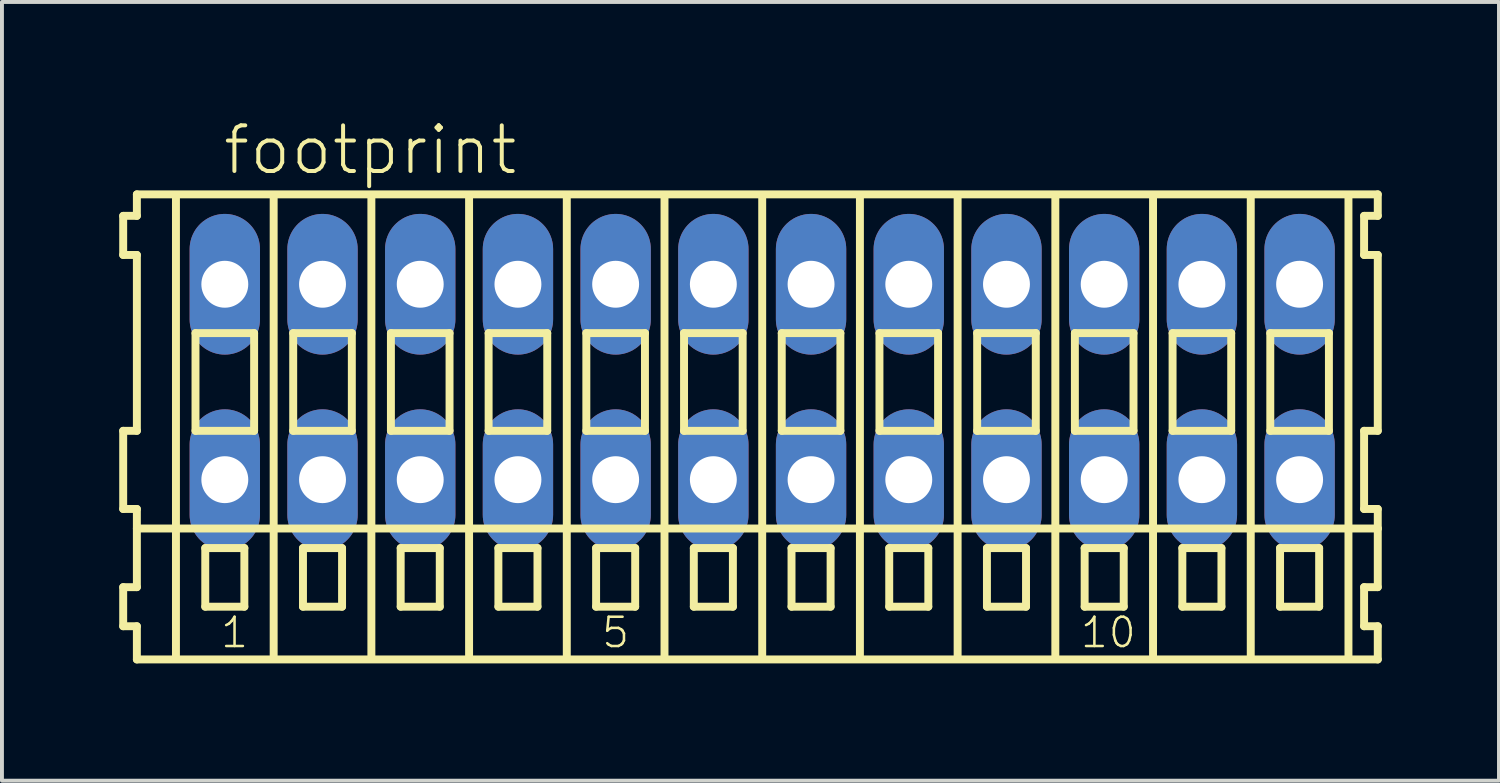
<source format=kicad_pcb>
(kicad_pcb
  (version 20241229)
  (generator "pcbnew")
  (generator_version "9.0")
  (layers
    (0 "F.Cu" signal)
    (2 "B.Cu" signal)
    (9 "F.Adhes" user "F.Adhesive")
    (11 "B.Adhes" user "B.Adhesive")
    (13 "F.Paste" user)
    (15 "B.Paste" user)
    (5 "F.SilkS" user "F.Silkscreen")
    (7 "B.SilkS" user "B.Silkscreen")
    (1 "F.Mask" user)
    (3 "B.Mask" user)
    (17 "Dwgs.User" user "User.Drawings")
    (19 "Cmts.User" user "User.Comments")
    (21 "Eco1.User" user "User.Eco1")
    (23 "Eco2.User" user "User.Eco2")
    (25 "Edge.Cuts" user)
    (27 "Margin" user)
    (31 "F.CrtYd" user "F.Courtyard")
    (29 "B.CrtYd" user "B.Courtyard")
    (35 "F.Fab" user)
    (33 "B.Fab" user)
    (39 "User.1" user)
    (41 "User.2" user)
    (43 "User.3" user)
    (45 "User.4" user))
  (footprint "footprint"
    (layer "F.Cu")
    (at 16.452 6.723)
    (property "Reference" "footprint" (at -13.85 -5.25 0) (layer "F.SilkS") (effects (font (size 1.168 1.168) (thickness 0.102)) (justify left bottom)))
    (fp_line (start -16.35 -4.25) (end -16.35 -3.25) (stroke (width 0.203) (type solid)) (layer "F.SilkS"))
    (fp_line (start -16.35 -3.25) (end -16 -3.25) (stroke (width 0.203) (type solid)) (layer "F.SilkS"))
    (fp_line (start -16.35 1.25) (end -16.35 3.25) (stroke (width 0.203) (type solid)) (layer "F.SilkS"))
    (fp_line (start -16.35 3.25) (end -16 3.25) (stroke (width 0.203) (type solid)) (layer "F.SilkS"))
    (fp_line (start -16.35 5.25) (end -16.35 6.25) (stroke (width 0.203) (type solid)) (layer "F.SilkS"))
    (fp_line (start -16.35 6.25) (end -16 6.25) (stroke (width 0.203) (type solid)) (layer "F.SilkS"))
    (fp_line (start -16 -4.8) (end -16 -4.25) (stroke (width 0.203) (type solid)) (layer "F.SilkS"))
    (fp_line (start -16 -4.25) (end -16.35 -4.25) (stroke (width 0.203) (type solid)) (layer "F.SilkS"))
    (fp_line (start -16 -3.25) (end -16 1.25) (stroke (width 0.203) (type solid)) (layer "F.SilkS"))
    (fp_line (start -16 1.25) (end -16.35 1.25) (stroke (width 0.203) (type solid)) (layer "F.SilkS"))
    (fp_line (start -16 3.25) (end -16 5.25) (stroke (width 0.203) (type solid)) (layer "F.SilkS"))
    (fp_line (start -16 3.75) (end 15.75 3.75) (stroke (width 0.203) (type solid)) (layer "F.SilkS"))
    (fp_line (start -16 5.25) (end -16.35 5.25) (stroke (width 0.203) (type solid)) (layer "F.SilkS"))
    (fp_line (start -16 6.25) (end -16 7.1) (stroke (width 0.203) (type solid)) (layer "F.SilkS"))
    (fp_line (start -16 7.1) (end 15.75 7.1) (stroke (width 0.203) (type solid)) (layer "F.SilkS"))
    (fp_line (start -15 -4.75) (end -15 7) (stroke (width 0.203) (type solid)) (layer "F.SilkS"))
    (fp_line (start -14.5 -1.25) (end -14.5 1.25) (stroke (width 0.203) (type solid)) (layer "F.SilkS"))
    (fp_line (start -14.5 1.25) (end -13 1.25) (stroke (width 0.203) (type solid)) (layer "F.SilkS"))
    (fp_line (start -14.25 4.25) (end -14.25 5.75) (stroke (width 0.203) (type solid)) (layer "F.SilkS"))
    (fp_line (start -14.25 5.75) (end -13.25 5.75) (stroke (width 0.203) (type solid)) (layer "F.SilkS"))
    (fp_line (start -13.25 4.25) (end -14.25 4.25) (stroke (width 0.203) (type solid)) (layer "F.SilkS"))
    (fp_line (start -13.25 5.75) (end -13.25 4.25) (stroke (width 0.203) (type solid)) (layer "F.SilkS"))
    (fp_line (start -13 -1.25) (end -14.5 -1.25) (stroke (width 0.203) (type solid)) (layer "F.SilkS"))
    (fp_line (start -13 1.25) (end -13 -1.25) (stroke (width 0.203) (type solid)) (layer "F.SilkS"))
    (fp_line (start -12.5 -4.75) (end -12.5 7) (stroke (width 0.203) (type solid)) (layer "F.SilkS"))
    (fp_line (start -12 -1.25) (end -12 1.25) (stroke (width 0.203) (type solid)) (layer "F.SilkS"))
    (fp_line (start -12 1.25) (end -10.5 1.25) (stroke (width 0.203) (type solid)) (layer "F.SilkS"))
    (fp_line (start -11.75 4.25) (end -11.75 5.75) (stroke (width 0.203) (type solid)) (layer "F.SilkS"))
    (fp_line (start -11.75 5.75) (end -10.75 5.75) (stroke (width 0.203) (type solid)) (layer "F.SilkS"))
    (fp_line (start -10.75 4.25) (end -11.75 4.25) (stroke (width 0.203) (type solid)) (layer "F.SilkS"))
    (fp_line (start -10.75 5.75) (end -10.75 4.25) (stroke (width 0.203) (type solid)) (layer "F.SilkS"))
    (fp_line (start -10.5 -1.25) (end -12 -1.25) (stroke (width 0.203) (type solid)) (layer "F.SilkS"))
    (fp_line (start -10.5 1.25) (end -10.5 -1.25) (stroke (width 0.203) (type solid)) (layer "F.SilkS"))
    (fp_line (start -10 -4.75) (end -10 7) (stroke (width 0.203) (type solid)) (layer "F.SilkS"))
    (fp_line (start -9.5 -1.25) (end -9.5 1.25) (stroke (width 0.203) (type solid)) (layer "F.SilkS"))
    (fp_line (start -9.5 1.25) (end -8 1.25) (stroke (width 0.203) (type solid)) (layer "F.SilkS"))
    (fp_line (start -9.25 4.25) (end -9.25 5.75) (stroke (width 0.203) (type solid)) (layer "F.SilkS"))
    (fp_line (start -9.25 5.75) (end -8.25 5.75) (stroke (width 0.203) (type solid)) (layer "F.SilkS"))
    (fp_line (start -8.25 4.25) (end -9.25 4.25) (stroke (width 0.203) (type solid)) (layer "F.SilkS"))
    (fp_line (start -8.25 5.75) (end -8.25 4.25) (stroke (width 0.203) (type solid)) (layer "F.SilkS"))
    (fp_line (start -8 -1.25) (end -9.5 -1.25) (stroke (width 0.203) (type solid)) (layer "F.SilkS"))
    (fp_line (start -8 1.25) (end -8 -1.25) (stroke (width 0.203) (type solid)) (layer "F.SilkS"))
    (fp_line (start -7.5 -4.75) (end -7.5 7) (stroke (width 0.203) (type solid)) (layer "F.SilkS"))
    (fp_line (start -7 -1.25) (end -7 1.25) (stroke (width 0.203) (type solid)) (layer "F.SilkS"))
    (fp_line (start -7 1.25) (end -5.5 1.25) (stroke (width 0.203) (type solid)) (layer "F.SilkS"))
    (fp_line (start -6.75 4.25) (end -6.75 5.75) (stroke (width 0.203) (type solid)) (layer "F.SilkS"))
    (fp_line (start -6.75 5.75) (end -5.75 5.75) (stroke (width 0.203) (type solid)) (layer "F.SilkS"))
    (fp_line (start -5.75 4.25) (end -6.75 4.25) (stroke (width 0.203) (type solid)) (layer "F.SilkS"))
    (fp_line (start -5.75 5.75) (end -5.75 4.25) (stroke (width 0.203) (type solid)) (layer "F.SilkS"))
    (fp_line (start -5.5 -1.25) (end -7 -1.25) (stroke (width 0.203) (type solid)) (layer "F.SilkS"))
    (fp_line (start -5.5 1.25) (end -5.5 -1.25) (stroke (width 0.203) (type solid)) (layer "F.SilkS"))
    (fp_line (start -5 -4.75) (end -5 7) (stroke (width 0.203) (type solid)) (layer "F.SilkS"))
    (fp_line (start -4.5 -1.25) (end -4.5 1.25) (stroke (width 0.203) (type solid)) (layer "F.SilkS"))
    (fp_line (start -4.5 1.25) (end -3 1.25) (stroke (width 0.203) (type solid)) (layer "F.SilkS"))
    (fp_line (start -4.25 4.25) (end -4.25 5.75) (stroke (width 0.203) (type solid)) (layer "F.SilkS"))
    (fp_line (start -4.25 5.75) (end -3.25 5.75) (stroke (width 0.203) (type solid)) (layer "F.SilkS"))
    (fp_line (start -3.25 4.25) (end -4.25 4.25) (stroke (width 0.203) (type solid)) (layer "F.SilkS"))
    (fp_line (start -3.25 5.75) (end -3.25 4.25) (stroke (width 0.203) (type solid)) (layer "F.SilkS"))
    (fp_line (start -3 -1.25) (end -4.5 -1.25) (stroke (width 0.203) (type solid)) (layer "F.SilkS"))
    (fp_line (start -3 1.25) (end -3 -1.25) (stroke (width 0.203) (type solid)) (layer "F.SilkS"))
    (fp_line (start -2.5 -4.75) (end -2.5 7) (stroke (width 0.203) (type solid)) (layer "F.SilkS"))
    (fp_line (start -2 -1.25) (end -2 1.25) (stroke (width 0.203) (type solid)) (layer "F.SilkS"))
    (fp_line (start -2 1.25) (end -0.5 1.25) (stroke (width 0.203) (type solid)) (layer "F.SilkS"))
    (fp_line (start -1.75 4.25) (end -1.75 5.75) (stroke (width 0.203) (type solid)) (layer "F.SilkS"))
    (fp_line (start -1.75 5.75) (end -0.75 5.75) (stroke (width 0.203) (type solid)) (layer "F.SilkS"))
    (fp_line (start -0.75 4.25) (end -1.75 4.25) (stroke (width 0.203) (type solid)) (layer "F.SilkS"))
    (fp_line (start -0.75 5.75) (end -0.75 4.25) (stroke (width 0.203) (type solid)) (layer "F.SilkS"))
    (fp_line (start -0.5 -1.25) (end -2 -1.25) (stroke (width 0.203) (type solid)) (layer "F.SilkS"))
    (fp_line (start -0.5 1.25) (end -0.5 -1.25) (stroke (width 0.203) (type solid)) (layer "F.SilkS"))
    (fp_line (start 0 -4.75) (end 0 7) (stroke (width 0.203) (type solid)) (layer "F.SilkS"))
    (fp_line (start 0.5 -1.25) (end 0.5 1.25) (stroke (width 0.203) (type solid)) (layer "F.SilkS"))
    (fp_line (start 0.5 1.25) (end 2 1.25) (stroke (width 0.203) (type solid)) (layer "F.SilkS"))
    (fp_line (start 0.75 4.25) (end 0.75 5.75) (stroke (width 0.203) (type solid)) (layer "F.SilkS"))
    (fp_line (start 0.75 5.75) (end 1.75 5.75) (stroke (width 0.203) (type solid)) (layer "F.SilkS"))
    (fp_line (start 1.75 4.25) (end 0.75 4.25) (stroke (width 0.203) (type solid)) (layer "F.SilkS"))
    (fp_line (start 1.75 5.75) (end 1.75 4.25) (stroke (width 0.203) (type solid)) (layer "F.SilkS"))
    (fp_line (start 2 -1.25) (end 0.5 -1.25) (stroke (width 0.203) (type solid)) (layer "F.SilkS"))
    (fp_line (start 2 1.25) (end 2 -1.25) (stroke (width 0.203) (type solid)) (layer "F.SilkS"))
    (fp_line (start 2.5 -4.75) (end 2.5 7) (stroke (width 0.203) (type solid)) (layer "F.SilkS"))
    (fp_line (start 3 -1.25) (end 3 1.25) (stroke (width 0.203) (type solid)) (layer "F.SilkS"))
    (fp_line (start 3 1.25) (end 4.5 1.25) (stroke (width 0.203) (type solid)) (layer "F.SilkS"))
    (fp_line (start 3.25 4.25) (end 3.25 5.75) (stroke (width 0.203) (type solid)) (layer "F.SilkS"))
    (fp_line (start 3.25 5.75) (end 4.25 5.75) (stroke (width 0.203) (type solid)) (layer "F.SilkS"))
    (fp_line (start 4.25 4.25) (end 3.25 4.25) (stroke (width 0.203) (type solid)) (layer "F.SilkS"))
    (fp_line (start 4.25 5.75) (end 4.25 4.25) (stroke (width 0.203) (type solid)) (layer "F.SilkS"))
    (fp_line (start 4.5 -1.25) (end 3 -1.25) (stroke (width 0.203) (type solid)) (layer "F.SilkS"))
    (fp_line (start 4.5 1.25) (end 4.5 -1.25) (stroke (width 0.203) (type solid)) (layer "F.SilkS"))
    (fp_line (start 5 -4.75) (end 5 7) (stroke (width 0.203) (type solid)) (layer "F.SilkS"))
    (fp_line (start 5.5 -1.25) (end 5.5 1.25) (stroke (width 0.203) (type solid)) (layer "F.SilkS"))
    (fp_line (start 5.5 1.25) (end 7 1.25) (stroke (width 0.203) (type solid)) (layer "F.SilkS"))
    (fp_line (start 5.75 4.25) (end 5.75 5.75) (stroke (width 0.203) (type solid)) (layer "F.SilkS"))
    (fp_line (start 5.75 5.75) (end 6.75 5.75) (stroke (width 0.203) (type solid)) (layer "F.SilkS"))
    (fp_line (start 6.75 4.25) (end 5.75 4.25) (stroke (width 0.203) (type solid)) (layer "F.SilkS"))
    (fp_line (start 6.75 5.75) (end 6.75 4.25) (stroke (width 0.203) (type solid)) (layer "F.SilkS"))
    (fp_line (start 7 -1.25) (end 5.5 -1.25) (stroke (width 0.203) (type solid)) (layer "F.SilkS"))
    (fp_line (start 7 1.25) (end 7 -1.25) (stroke (width 0.203) (type solid)) (layer "F.SilkS"))
    (fp_line (start 7.5 -4.75) (end 7.5 7) (stroke (width 0.203) (type solid)) (layer "F.SilkS"))
    (fp_line (start 8 -1.25) (end 8 1.25) (stroke (width 0.203) (type solid)) (layer "F.SilkS"))
    (fp_line (start 8 1.25) (end 9.5 1.25) (stroke (width 0.203) (type solid)) (layer "F.SilkS"))
    (fp_line (start 8.25 4.25) (end 8.25 5.75) (stroke (width 0.203) (type solid)) (layer "F.SilkS"))
    (fp_line (start 8.25 5.75) (end 9.25 5.75) (stroke (width 0.203) (type solid)) (layer "F.SilkS"))
    (fp_line (start 9.25 4.25) (end 8.25 4.25) (stroke (width 0.203) (type solid)) (layer "F.SilkS"))
    (fp_line (start 9.25 5.75) (end 9.25 4.25) (stroke (width 0.203) (type solid)) (layer "F.SilkS"))
    (fp_line (start 9.5 -1.25) (end 8 -1.25) (stroke (width 0.203) (type solid)) (layer "F.SilkS"))
    (fp_line (start 9.5 1.25) (end 9.5 -1.25) (stroke (width 0.203) (type solid)) (layer "F.SilkS"))
    (fp_line (start 10 -4.75) (end 10 7) (stroke (width 0.203) (type solid)) (layer "F.SilkS"))
    (fp_line (start 10.5 -1.25) (end 10.5 1.25) (stroke (width 0.203) (type solid)) (layer "F.SilkS"))
    (fp_line (start 10.5 1.25) (end 12 1.25) (stroke (width 0.203) (type solid)) (layer "F.SilkS"))
    (fp_line (start 10.75 4.25) (end 10.75 5.75) (stroke (width 0.203) (type solid)) (layer "F.SilkS"))
    (fp_line (start 10.75 5.75) (end 11.75 5.75) (stroke (width 0.203) (type solid)) (layer "F.SilkS"))
    (fp_line (start 11.75 4.25) (end 10.75 4.25) (stroke (width 0.203) (type solid)) (layer "F.SilkS"))
    (fp_line (start 11.75 5.75) (end 11.75 4.25) (stroke (width 0.203) (type solid)) (layer "F.SilkS"))
    (fp_line (start 12 -1.25) (end 10.5 -1.25) (stroke (width 0.203) (type solid)) (layer "F.SilkS"))
    (fp_line (start 12 1.25) (end 12 -1.25) (stroke (width 0.203) (type solid)) (layer "F.SilkS"))
    (fp_line (start 12.5 -4.75) (end 12.5 7) (stroke (width 0.203) (type solid)) (layer "F.SilkS"))
    (fp_line (start 13 -1.25) (end 13 1.25) (stroke (width 0.203) (type solid)) (layer "F.SilkS"))
    (fp_line (start 13 1.25) (end 14.5 1.25) (stroke (width 0.203) (type solid)) (layer "F.SilkS"))
    (fp_line (start 13.25 4.25) (end 13.25 5.75) (stroke (width 0.203) (type solid)) (layer "F.SilkS"))
    (fp_line (start 13.25 5.75) (end 14.25 5.75) (stroke (width 0.203) (type solid)) (layer "F.SilkS"))
    (fp_line (start 14.25 4.25) (end 13.25 4.25) (stroke (width 0.203) (type solid)) (layer "F.SilkS"))
    (fp_line (start 14.25 5.75) (end 14.25 4.25) (stroke (width 0.203) (type solid)) (layer "F.SilkS"))
    (fp_line (start 14.5 -1.25) (end 13 -1.25) (stroke (width 0.203) (type solid)) (layer "F.SilkS"))
    (fp_line (start 14.5 1.25) (end 14.5 -1.25) (stroke (width 0.203) (type solid)) (layer "F.SilkS"))
    (fp_line (start 15 -4.75) (end 15 7) (stroke (width 0.203) (type solid)) (layer "F.SilkS"))
    (fp_line (start 15.4 -4.25) (end 15.4 -3.25) (stroke (width 0.203) (type solid)) (layer "F.SilkS"))
    (fp_line (start 15.4 -3.25) (end 15.75 -3.25) (stroke (width 0.203) (type solid)) (layer "F.SilkS"))
    (fp_line (start 15.4 1.25) (end 15.4 3.25) (stroke (width 0.203) (type solid)) (layer "F.SilkS"))
    (fp_line (start 15.4 3.25) (end 15.75 3.25) (stroke (width 0.203) (type solid)) (layer "F.SilkS"))
    (fp_line (start 15.4 5.25) (end 15.4 6.25) (stroke (width 0.203) (type solid)) (layer "F.SilkS"))
    (fp_line (start 15.4 6.25) (end 15.75 6.25) (stroke (width 0.203) (type solid)) (layer "F.SilkS"))
    (fp_line (start 15.75 -4.8) (end -16 -4.8) (stroke (width 0.203) (type solid)) (layer "F.SilkS"))
    (fp_line (start 15.75 -4.25) (end 15.4 -4.25) (stroke (width 0.203) (type solid)) (layer "F.SilkS"))
    (fp_line (start 15.75 -4.25) (end 15.75 -4.8) (stroke (width 0.203) (type solid)) (layer "F.SilkS"))
    (fp_line (start 15.75 1.25) (end 15.4 1.25) (stroke (width 0.203) (type solid)) (layer "F.SilkS"))
    (fp_line (start 15.75 1.25) (end 15.75 -3.25) (stroke (width 0.203) (type solid)) (layer "F.SilkS"))
    (fp_line (start 15.75 3.75) (end 15.75 3.25) (stroke (width 0.203) (type solid)) (layer "F.SilkS"))
    (fp_line (start 15.75 5.25) (end 15.4 5.25) (stroke (width 0.203) (type solid)) (layer "F.SilkS"))
    (fp_line (start 15.75 5.25) (end 15.75 3.75) (stroke (width 0.203) (type solid)) (layer "F.SilkS"))
    (fp_line (start 15.75 7.1) (end 15.75 6.25) (stroke (width 0.203) (type solid)) (layer "F.SilkS"))
    (fp_text user "10" (at 8.1 6.85 0) (layer "F.SilkS") (effects (font (size 0.748 0.748) (thickness 0.065)) (justify left bottom)))
    (fp_text user "5" (at -4.15 6.85 0) (layer "F.SilkS") (effects (font (size 0.748 0.748) (thickness 0.065)) (justify left bottom)))
    (fp_text user "1" (at -13.9 6.85 0) (layer "F.SilkS") (effects (font (size 0.748 0.748) (thickness 0.065)) (justify left bottom)))
    (pad "A1" thru_hole oval (at -13.75 -2.5 90) (size 3.6 1.8) (drill 1.2) (layers "*.Cu" "*.Mask"))
    (pad "A2" thru_hole oval (at -11.25 -2.5 90) (size 3.6 1.8) (drill 1.2) (layers "*.Cu" "*.Mask"))
    (pad "A3" thru_hole oval (at -8.75 -2.5 90) (size 3.6 1.8) (drill 1.2) (layers "*.Cu" "*.Mask"))
    (pad "A4" thru_hole oval (at -6.25 -2.5 90) (size 3.6 1.8) (drill 1.2) (layers "*.Cu" "*.Mask"))
    (pad "A5" thru_hole oval (at -3.75 -2.5 90) (size 3.6 1.8) (drill 1.2) (layers "*.Cu" "*.Mask"))
    (pad "A6" thru_hole oval (at -1.25 -2.5 90) (size 3.6 1.8) (drill 1.2) (layers "*.Cu" "*.Mask"))
    (pad "A7" thru_hole oval (at 1.25 -2.5 90) (size 3.6 1.8) (drill 1.2) (layers "*.Cu" "*.Mask"))
    (pad "A8" thru_hole oval (at 3.75 -2.5 90) (size 3.6 1.8) (drill 1.2) (layers "*.Cu" "*.Mask"))
    (pad "A9" thru_hole oval (at 6.25 -2.5 90) (size 3.6 1.8) (drill 1.2) (layers "*.Cu" "*.Mask"))
    (pad "A10" thru_hole oval (at 8.75 -2.5 90) (size 3.6 1.8) (drill 1.2) (layers "*.Cu" "*.Mask"))
    (pad "A11" thru_hole oval (at 11.25 -2.5 90) (size 3.6 1.8) (drill 1.2) (layers "*.Cu" "*.Mask"))
    (pad "A12" thru_hole oval (at 13.75 -2.5 90) (size 3.6 1.8) (drill 1.2) (layers "*.Cu" "*.Mask"))
    (pad "B1" thru_hole oval (at -13.75 2.5 90) (size 3.6 1.8) (drill 1.2) (layers "*.Cu" "*.Mask"))
    (pad "B2" thru_hole oval (at -11.25 2.5 90) (size 3.6 1.8) (drill 1.2) (layers "*.Cu" "*.Mask"))
    (pad "B3" thru_hole oval (at -8.75 2.5 90) (size 3.6 1.8) (drill 1.2) (layers "*.Cu" "*.Mask"))
    (pad "B4" thru_hole oval (at -6.25 2.5 90) (size 3.6 1.8) (drill 1.2) (layers "*.Cu" "*.Mask"))
    (pad "B5" thru_hole oval (at -3.75 2.5 90) (size 3.6 1.8) (drill 1.2) (layers "*.Cu" "*.Mask"))
    (pad "B6" thru_hole oval (at -1.25 2.5 90) (size 3.6 1.8) (drill 1.2) (layers "*.Cu" "*.Mask"))
    (pad "B7" thru_hole oval (at 1.25 2.5 90) (size 3.6 1.8) (drill 1.2) (layers "*.Cu" "*.Mask"))
    (pad "B8" thru_hole oval (at 3.75 2.5 90) (size 3.6 1.8) (drill 1.2) (layers "*.Cu" "*.Mask"))
    (pad "B9" thru_hole oval (at 6.25 2.5 90) (size 3.6 1.8) (drill 1.2) (layers "*.Cu" "*.Mask"))
    (pad "B10" thru_hole oval (at 8.75 2.5 90) (size 3.6 1.8) (drill 1.2) (layers "*.Cu" "*.Mask"))
    (pad "B11" thru_hole oval (at 11.25 2.5 90) (size 3.6 1.8) (drill 1.2) (layers "*.Cu" "*.Mask"))
    (pad "B12" thru_hole oval (at 13.75 2.5 90) (size 3.6 1.8) (drill 1.2) (layers "*.Cu" "*.Mask")))
  (gr_rect
    (start -3 -3)
    (end 35.303 16.925)
    (stroke (width 0.1) (type default))
    (fill no)
    (layer "Edge.Cuts")))
</source>
